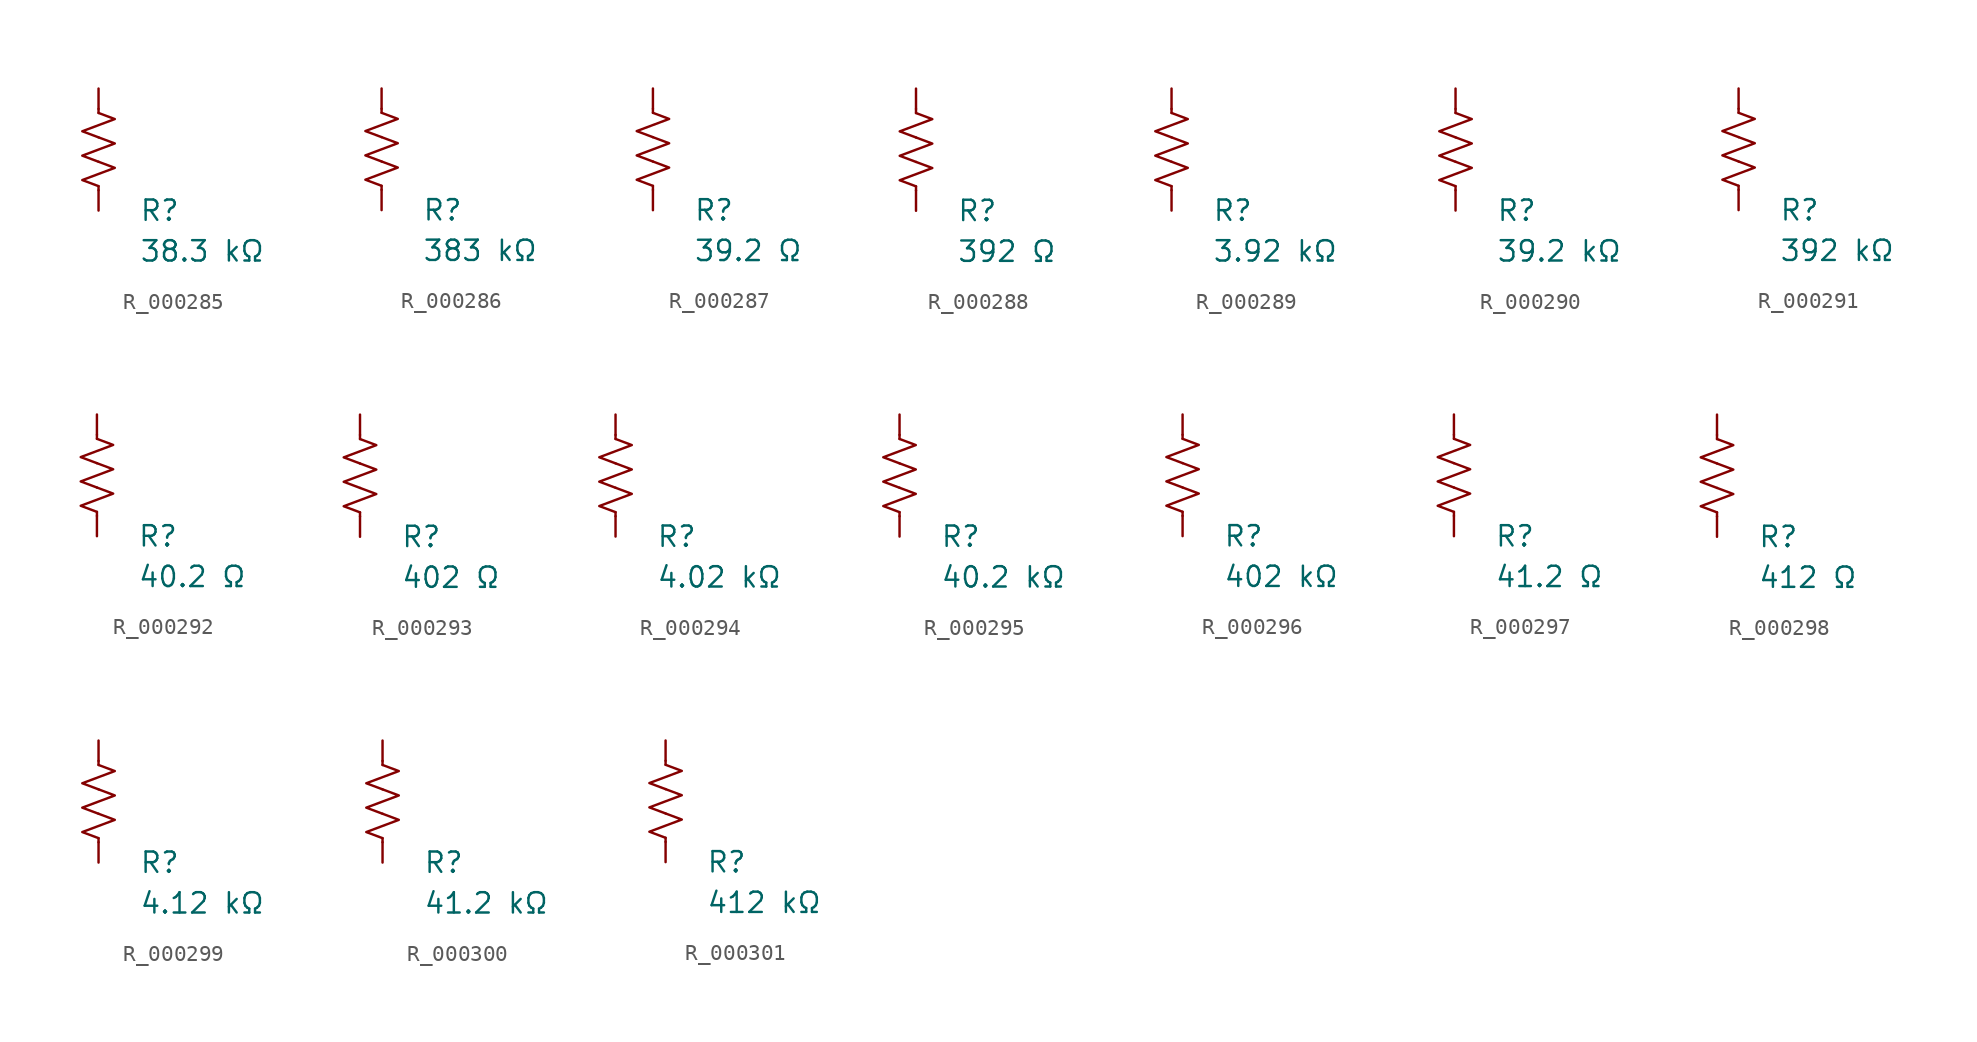
<source format=kicad_sym>
(kicad_symbol_lib
  (version 20231120)
  (generator "kicad_symbol_editor")
  (generator_version "8.0")
  (symbol "R_000285"
    (pin_numbers hide)
    (pin_names
      (offset 0))
    (property "Reference" "R"
      (at 2.54 -3.81 0)
      (effects (font (size 1.27 1.27)) (justify left))
      (show_name no))
    (property "Value" "38.3 kΩ"
      (at 2.54 -6.35 0)
      (effects (font (size 1.27 1.27)) (justify left))
      (show_name no))
    (symbol "R_000285_0_1"
      (polyline (pts (xy 0 -2.286) (xy 0 -2.54)) (stroke (width 0) (type default)) (fill (type none)))
      (polyline (pts (xy 0 2.286) (xy 0 2.54)) (stroke (width 0) (type default)) (fill (type none)))
      (polyline (pts (xy 0 -0.762) (xy 1.016 -1.143) (xy 0 -1.524) (xy -1.016 -1.905) (xy 0 -2.286)) (stroke (width 0) (type default)) (fill (type none)))
      (polyline (pts (xy 0 0.762) (xy 1.016 0.381) (xy 0 0) (xy -1.016 -0.381) (xy 0 -0.762)) (stroke (width 0) (type default)) (fill (type none)))
      (polyline (pts (xy 0 2.286) (xy 1.016 1.905) (xy 0 1.524) (xy -1.016 1.143) (xy 0 0.762)) (stroke (width 0) (type default)) (fill (type none))))
    (symbol "R_000285_1_1"
      (pin passive line (at 0 3.81 270) (length 1.27) (name "~" (effects (font (size 1.27 1.27)))) (number "1" (effects (font (size 1.27 1.27)))))
      (pin passive line (at 0 -3.81 90) (length 1.27) (name "~" (effects (font (size 1.27 1.27)))) (number "2" (effects (font (size 1.27 1.27)))))))
  (symbol "R_000286"
    (pin_numbers hide)
    (pin_names
      (offset 0))
    (property "Reference" "R"
      (at 2.54 -3.81 0)
      (effects (font (size 1.27 1.27)) (justify left))
      (show_name no))
    (property "Value" "383 kΩ"
      (at 2.54 -6.35 0)
      (effects (font (size 1.27 1.27)) (justify left))
      (show_name no))
    (symbol "R_000286_0_1"
      (polyline (pts (xy 0 -2.286) (xy 0 -2.54)) (stroke (width 0) (type default)) (fill (type none)))
      (polyline (pts (xy 0 2.286) (xy 0 2.54)) (stroke (width 0) (type default)) (fill (type none)))
      (polyline (pts (xy 0 -0.762) (xy 1.016 -1.143) (xy 0 -1.524) (xy -1.016 -1.905) (xy 0 -2.286)) (stroke (width 0) (type default)) (fill (type none)))
      (polyline (pts (xy 0 0.762) (xy 1.016 0.381) (xy 0 0) (xy -1.016 -0.381) (xy 0 -0.762)) (stroke (width 0) (type default)) (fill (type none)))
      (polyline (pts (xy 0 2.286) (xy 1.016 1.905) (xy 0 1.524) (xy -1.016 1.143) (xy 0 0.762)) (stroke (width 0) (type default)) (fill (type none))))
    (symbol "R_000286_1_1"
      (pin passive line (at 0 3.81 270) (length 1.27) (name "~" (effects (font (size 1.27 1.27)))) (number "1" (effects (font (size 1.27 1.27)))))
      (pin passive line (at 0 -3.81 90) (length 1.27) (name "~" (effects (font (size 1.27 1.27)))) (number "2" (effects (font (size 1.27 1.27)))))))
  (symbol "R_000287"
    (pin_numbers hide)
    (pin_names
      (offset 0))
    (property "Reference" "R"
      (at 2.54 -3.81 0)
      (effects (font (size 1.27 1.27)) (justify left))
      (show_name no))
    (property "Value" "39.2 Ω"
      (at 2.54 -6.35 0)
      (effects (font (size 1.27 1.27)) (justify left))
      (show_name no))
    (symbol "R_000287_0_1"
      (polyline (pts (xy 0 -2.286) (xy 0 -2.54)) (stroke (width 0) (type default)) (fill (type none)))
      (polyline (pts (xy 0 2.286) (xy 0 2.54)) (stroke (width 0) (type default)) (fill (type none)))
      (polyline (pts (xy 0 -0.762) (xy 1.016 -1.143) (xy 0 -1.524) (xy -1.016 -1.905) (xy 0 -2.286)) (stroke (width 0) (type default)) (fill (type none)))
      (polyline (pts (xy 0 0.762) (xy 1.016 0.381) (xy 0 0) (xy -1.016 -0.381) (xy 0 -0.762)) (stroke (width 0) (type default)) (fill (type none)))
      (polyline (pts (xy 0 2.286) (xy 1.016 1.905) (xy 0 1.524) (xy -1.016 1.143) (xy 0 0.762)) (stroke (width 0) (type default)) (fill (type none))))
    (symbol "R_000287_1_1"
      (pin passive line (at 0 3.81 270) (length 1.27) (name "~" (effects (font (size 1.27 1.27)))) (number "1" (effects (font (size 1.27 1.27)))))
      (pin passive line (at 0 -3.81 90) (length 1.27) (name "~" (effects (font (size 1.27 1.27)))) (number "2" (effects (font (size 1.27 1.27)))))))
  (symbol "R_000288"
    (pin_numbers hide)
    (pin_names
      (offset 0))
    (property "Reference" "R"
      (at 2.54 -3.81 0)
      (effects (font (size 1.27 1.27)) (justify left))
      (show_name no))
    (property "Value" "392 Ω"
      (at 2.54 -6.35 0)
      (effects (font (size 1.27 1.27)) (justify left))
      (show_name no))
    (symbol "R_000288_0_1"
      (polyline (pts (xy 0 -2.286) (xy 0 -2.54)) (stroke (width 0) (type default)) (fill (type none)))
      (polyline (pts (xy 0 2.286) (xy 0 2.54)) (stroke (width 0) (type default)) (fill (type none)))
      (polyline (pts (xy 0 -0.762) (xy 1.016 -1.143) (xy 0 -1.524) (xy -1.016 -1.905) (xy 0 -2.286)) (stroke (width 0) (type default)) (fill (type none)))
      (polyline (pts (xy 0 0.762) (xy 1.016 0.381) (xy 0 0) (xy -1.016 -0.381) (xy 0 -0.762)) (stroke (width 0) (type default)) (fill (type none)))
      (polyline (pts (xy 0 2.286) (xy 1.016 1.905) (xy 0 1.524) (xy -1.016 1.143) (xy 0 0.762)) (stroke (width 0) (type default)) (fill (type none))))
    (symbol "R_000288_1_1"
      (pin passive line (at 0 3.81 270) (length 1.27) (name "~" (effects (font (size 1.27 1.27)))) (number "1" (effects (font (size 1.27 1.27)))))
      (pin passive line (at 0 -3.81 90) (length 1.27) (name "~" (effects (font (size 1.27 1.27)))) (number "2" (effects (font (size 1.27 1.27)))))))
  (symbol "R_000289"
    (pin_numbers hide)
    (pin_names
      (offset 0))
    (property "Reference" "R"
      (at 2.54 -3.81 0)
      (effects (font (size 1.27 1.27)) (justify left))
      (show_name no))
    (property "Value" "3.92 kΩ"
      (at 2.54 -6.35 0)
      (effects (font (size 1.27 1.27)) (justify left))
      (show_name no))
    (symbol "R_000289_0_1"
      (polyline (pts (xy 0 -2.286) (xy 0 -2.54)) (stroke (width 0) (type default)) (fill (type none)))
      (polyline (pts (xy 0 2.286) (xy 0 2.54)) (stroke (width 0) (type default)) (fill (type none)))
      (polyline (pts (xy 0 -0.762) (xy 1.016 -1.143) (xy 0 -1.524) (xy -1.016 -1.905) (xy 0 -2.286)) (stroke (width 0) (type default)) (fill (type none)))
      (polyline (pts (xy 0 0.762) (xy 1.016 0.381) (xy 0 0) (xy -1.016 -0.381) (xy 0 -0.762)) (stroke (width 0) (type default)) (fill (type none)))
      (polyline (pts (xy 0 2.286) (xy 1.016 1.905) (xy 0 1.524) (xy -1.016 1.143) (xy 0 0.762)) (stroke (width 0) (type default)) (fill (type none))))
    (symbol "R_000289_1_1"
      (pin passive line (at 0 3.81 270) (length 1.27) (name "~" (effects (font (size 1.27 1.27)))) (number "1" (effects (font (size 1.27 1.27)))))
      (pin passive line (at 0 -3.81 90) (length 1.27) (name "~" (effects (font (size 1.27 1.27)))) (number "2" (effects (font (size 1.27 1.27)))))))
  (symbol "R_000290"
    (pin_numbers hide)
    (pin_names
      (offset 0))
    (property "Reference" "R"
      (at 2.54 -3.81 0)
      (effects (font (size 1.27 1.27)) (justify left))
      (show_name no))
    (property "Value" "39.2 kΩ"
      (at 2.54 -6.35 0)
      (effects (font (size 1.27 1.27)) (justify left))
      (show_name no))
    (symbol "R_000290_0_1"
      (polyline (pts (xy 0 -2.286) (xy 0 -2.54)) (stroke (width 0) (type default)) (fill (type none)))
      (polyline (pts (xy 0 2.286) (xy 0 2.54)) (stroke (width 0) (type default)) (fill (type none)))
      (polyline (pts (xy 0 -0.762) (xy 1.016 -1.143) (xy 0 -1.524) (xy -1.016 -1.905) (xy 0 -2.286)) (stroke (width 0) (type default)) (fill (type none)))
      (polyline (pts (xy 0 0.762) (xy 1.016 0.381) (xy 0 0) (xy -1.016 -0.381) (xy 0 -0.762)) (stroke (width 0) (type default)) (fill (type none)))
      (polyline (pts (xy 0 2.286) (xy 1.016 1.905) (xy 0 1.524) (xy -1.016 1.143) (xy 0 0.762)) (stroke (width 0) (type default)) (fill (type none))))
    (symbol "R_000290_1_1"
      (pin passive line (at 0 3.81 270) (length 1.27) (name "~" (effects (font (size 1.27 1.27)))) (number "1" (effects (font (size 1.27 1.27)))))
      (pin passive line (at 0 -3.81 90) (length 1.27) (name "~" (effects (font (size 1.27 1.27)))) (number "2" (effects (font (size 1.27 1.27)))))))
  (symbol "R_000291"
    (pin_numbers hide)
    (pin_names
      (offset 0))
    (property "Reference" "R"
      (at 2.54 -3.81 0)
      (effects (font (size 1.27 1.27)) (justify left))
      (show_name no))
    (property "Value" "392 kΩ"
      (at 2.54 -6.35 0)
      (effects (font (size 1.27 1.27)) (justify left))
      (show_name no))
    (symbol "R_000291_0_1"
      (polyline (pts (xy 0 -2.286) (xy 0 -2.54)) (stroke (width 0) (type default)) (fill (type none)))
      (polyline (pts (xy 0 2.286) (xy 0 2.54)) (stroke (width 0) (type default)) (fill (type none)))
      (polyline (pts (xy 0 -0.762) (xy 1.016 -1.143) (xy 0 -1.524) (xy -1.016 -1.905) (xy 0 -2.286)) (stroke (width 0) (type default)) (fill (type none)))
      (polyline (pts (xy 0 0.762) (xy 1.016 0.381) (xy 0 0) (xy -1.016 -0.381) (xy 0 -0.762)) (stroke (width 0) (type default)) (fill (type none)))
      (polyline (pts (xy 0 2.286) (xy 1.016 1.905) (xy 0 1.524) (xy -1.016 1.143) (xy 0 0.762)) (stroke (width 0) (type default)) (fill (type none))))
    (symbol "R_000291_1_1"
      (pin passive line (at 0 3.81 270) (length 1.27) (name "~" (effects (font (size 1.27 1.27)))) (number "1" (effects (font (size 1.27 1.27)))))
      (pin passive line (at 0 -3.81 90) (length 1.27) (name "~" (effects (font (size 1.27 1.27)))) (number "2" (effects (font (size 1.27 1.27)))))))
  (symbol "R_000292"
    (pin_numbers hide)
    (pin_names
      (offset 0))
    (property "Reference" "R"
      (at 2.54 -3.81 0)
      (effects (font (size 1.27 1.27)) (justify left))
      (show_name no))
    (property "Value" "40.2 Ω"
      (at 2.54 -6.35 0)
      (effects (font (size 1.27 1.27)) (justify left))
      (show_name no))
    (symbol "R_000292_0_1"
      (polyline (pts (xy 0 -2.286) (xy 0 -2.54)) (stroke (width 0) (type default)) (fill (type none)))
      (polyline (pts (xy 0 2.286) (xy 0 2.54)) (stroke (width 0) (type default)) (fill (type none)))
      (polyline (pts (xy 0 -0.762) (xy 1.016 -1.143) (xy 0 -1.524) (xy -1.016 -1.905) (xy 0 -2.286)) (stroke (width 0) (type default)) (fill (type none)))
      (polyline (pts (xy 0 0.762) (xy 1.016 0.381) (xy 0 0) (xy -1.016 -0.381) (xy 0 -0.762)) (stroke (width 0) (type default)) (fill (type none)))
      (polyline (pts (xy 0 2.286) (xy 1.016 1.905) (xy 0 1.524) (xy -1.016 1.143) (xy 0 0.762)) (stroke (width 0) (type default)) (fill (type none))))
    (symbol "R_000292_1_1"
      (pin passive line (at 0 3.81 270) (length 1.27) (name "~" (effects (font (size 1.27 1.27)))) (number "1" (effects (font (size 1.27 1.27)))))
      (pin passive line (at 0 -3.81 90) (length 1.27) (name "~" (effects (font (size 1.27 1.27)))) (number "2" (effects (font (size 1.27 1.27)))))))
  (symbol "R_000293"
    (pin_numbers hide)
    (pin_names
      (offset 0))
    (property "Reference" "R"
      (at 2.54 -3.81 0)
      (effects (font (size 1.27 1.27)) (justify left))
      (show_name no))
    (property "Value" "402 Ω"
      (at 2.54 -6.35 0)
      (effects (font (size 1.27 1.27)) (justify left))
      (show_name no))
    (symbol "R_000293_0_1"
      (polyline (pts (xy 0 -2.286) (xy 0 -2.54)) (stroke (width 0) (type default)) (fill (type none)))
      (polyline (pts (xy 0 2.286) (xy 0 2.54)) (stroke (width 0) (type default)) (fill (type none)))
      (polyline (pts (xy 0 -0.762) (xy 1.016 -1.143) (xy 0 -1.524) (xy -1.016 -1.905) (xy 0 -2.286)) (stroke (width 0) (type default)) (fill (type none)))
      (polyline (pts (xy 0 0.762) (xy 1.016 0.381) (xy 0 0) (xy -1.016 -0.381) (xy 0 -0.762)) (stroke (width 0) (type default)) (fill (type none)))
      (polyline (pts (xy 0 2.286) (xy 1.016 1.905) (xy 0 1.524) (xy -1.016 1.143) (xy 0 0.762)) (stroke (width 0) (type default)) (fill (type none))))
    (symbol "R_000293_1_1"
      (pin passive line (at 0 3.81 270) (length 1.27) (name "~" (effects (font (size 1.27 1.27)))) (number "1" (effects (font (size 1.27 1.27)))))
      (pin passive line (at 0 -3.81 90) (length 1.27) (name "~" (effects (font (size 1.27 1.27)))) (number "2" (effects (font (size 1.27 1.27)))))))
  (symbol "R_000294"
    (pin_numbers hide)
    (pin_names
      (offset 0))
    (property "Reference" "R"
      (at 2.54 -3.81 0)
      (effects (font (size 1.27 1.27)) (justify left))
      (show_name no))
    (property "Value" "4.02 kΩ"
      (at 2.54 -6.35 0)
      (effects (font (size 1.27 1.27)) (justify left))
      (show_name no))
    (symbol "R_000294_0_1"
      (polyline (pts (xy 0 -2.286) (xy 0 -2.54)) (stroke (width 0) (type default)) (fill (type none)))
      (polyline (pts (xy 0 2.286) (xy 0 2.54)) (stroke (width 0) (type default)) (fill (type none)))
      (polyline (pts (xy 0 -0.762) (xy 1.016 -1.143) (xy 0 -1.524) (xy -1.016 -1.905) (xy 0 -2.286)) (stroke (width 0) (type default)) (fill (type none)))
      (polyline (pts (xy 0 0.762) (xy 1.016 0.381) (xy 0 0) (xy -1.016 -0.381) (xy 0 -0.762)) (stroke (width 0) (type default)) (fill (type none)))
      (polyline (pts (xy 0 2.286) (xy 1.016 1.905) (xy 0 1.524) (xy -1.016 1.143) (xy 0 0.762)) (stroke (width 0) (type default)) (fill (type none))))
    (symbol "R_000294_1_1"
      (pin passive line (at 0 3.81 270) (length 1.27) (name "~" (effects (font (size 1.27 1.27)))) (number "1" (effects (font (size 1.27 1.27)))))
      (pin passive line (at 0 -3.81 90) (length 1.27) (name "~" (effects (font (size 1.27 1.27)))) (number "2" (effects (font (size 1.27 1.27)))))))
  (symbol "R_000295"
    (pin_numbers hide)
    (pin_names
      (offset 0))
    (property "Reference" "R"
      (at 2.54 -3.81 0)
      (effects (font (size 1.27 1.27)) (justify left))
      (show_name no))
    (property "Value" "40.2 kΩ"
      (at 2.54 -6.35 0)
      (effects (font (size 1.27 1.27)) (justify left))
      (show_name no))
    (symbol "R_000295_0_1"
      (polyline (pts (xy 0 -2.286) (xy 0 -2.54)) (stroke (width 0) (type default)) (fill (type none)))
      (polyline (pts (xy 0 2.286) (xy 0 2.54)) (stroke (width 0) (type default)) (fill (type none)))
      (polyline (pts (xy 0 -0.762) (xy 1.016 -1.143) (xy 0 -1.524) (xy -1.016 -1.905) (xy 0 -2.286)) (stroke (width 0) (type default)) (fill (type none)))
      (polyline (pts (xy 0 0.762) (xy 1.016 0.381) (xy 0 0) (xy -1.016 -0.381) (xy 0 -0.762)) (stroke (width 0) (type default)) (fill (type none)))
      (polyline (pts (xy 0 2.286) (xy 1.016 1.905) (xy 0 1.524) (xy -1.016 1.143) (xy 0 0.762)) (stroke (width 0) (type default)) (fill (type none))))
    (symbol "R_000295_1_1"
      (pin passive line (at 0 3.81 270) (length 1.27) (name "~" (effects (font (size 1.27 1.27)))) (number "1" (effects (font (size 1.27 1.27)))))
      (pin passive line (at 0 -3.81 90) (length 1.27) (name "~" (effects (font (size 1.27 1.27)))) (number "2" (effects (font (size 1.27 1.27)))))))
  (symbol "R_000296"
    (pin_numbers hide)
    (pin_names
      (offset 0))
    (property "Reference" "R"
      (at 2.54 -3.81 0)
      (effects (font (size 1.27 1.27)) (justify left))
      (show_name no))
    (property "Value" "402 kΩ"
      (at 2.54 -6.35 0)
      (effects (font (size 1.27 1.27)) (justify left))
      (show_name no))
    (symbol "R_000296_0_1"
      (polyline (pts (xy 0 -2.286) (xy 0 -2.54)) (stroke (width 0) (type default)) (fill (type none)))
      (polyline (pts (xy 0 2.286) (xy 0 2.54)) (stroke (width 0) (type default)) (fill (type none)))
      (polyline (pts (xy 0 -0.762) (xy 1.016 -1.143) (xy 0 -1.524) (xy -1.016 -1.905) (xy 0 -2.286)) (stroke (width 0) (type default)) (fill (type none)))
      (polyline (pts (xy 0 0.762) (xy 1.016 0.381) (xy 0 0) (xy -1.016 -0.381) (xy 0 -0.762)) (stroke (width 0) (type default)) (fill (type none)))
      (polyline (pts (xy 0 2.286) (xy 1.016 1.905) (xy 0 1.524) (xy -1.016 1.143) (xy 0 0.762)) (stroke (width 0) (type default)) (fill (type none))))
    (symbol "R_000296_1_1"
      (pin passive line (at 0 3.81 270) (length 1.27) (name "~" (effects (font (size 1.27 1.27)))) (number "1" (effects (font (size 1.27 1.27)))))
      (pin passive line (at 0 -3.81 90) (length 1.27) (name "~" (effects (font (size 1.27 1.27)))) (number "2" (effects (font (size 1.27 1.27)))))))
  (symbol "R_000297"
    (pin_numbers hide)
    (pin_names
      (offset 0))
    (property "Reference" "R"
      (at 2.54 -3.81 0)
      (effects (font (size 1.27 1.27)) (justify left))
      (show_name no))
    (property "Value" "41.2 Ω"
      (at 2.54 -6.35 0)
      (effects (font (size 1.27 1.27)) (justify left))
      (show_name no))
    (symbol "R_000297_0_1"
      (polyline (pts (xy 0 -2.286) (xy 0 -2.54)) (stroke (width 0) (type default)) (fill (type none)))
      (polyline (pts (xy 0 2.286) (xy 0 2.54)) (stroke (width 0) (type default)) (fill (type none)))
      (polyline (pts (xy 0 -0.762) (xy 1.016 -1.143) (xy 0 -1.524) (xy -1.016 -1.905) (xy 0 -2.286)) (stroke (width 0) (type default)) (fill (type none)))
      (polyline (pts (xy 0 0.762) (xy 1.016 0.381) (xy 0 0) (xy -1.016 -0.381) (xy 0 -0.762)) (stroke (width 0) (type default)) (fill (type none)))
      (polyline (pts (xy 0 2.286) (xy 1.016 1.905) (xy 0 1.524) (xy -1.016 1.143) (xy 0 0.762)) (stroke (width 0) (type default)) (fill (type none))))
    (symbol "R_000297_1_1"
      (pin passive line (at 0 3.81 270) (length 1.27) (name "~" (effects (font (size 1.27 1.27)))) (number "1" (effects (font (size 1.27 1.27)))))
      (pin passive line (at 0 -3.81 90) (length 1.27) (name "~" (effects (font (size 1.27 1.27)))) (number "2" (effects (font (size 1.27 1.27)))))))
  (symbol "R_000298"
    (pin_numbers hide)
    (pin_names
      (offset 0))
    (property "Reference" "R"
      (at 2.54 -3.81 0)
      (effects (font (size 1.27 1.27)) (justify left))
      (show_name no))
    (property "Value" "412 Ω"
      (at 2.54 -6.35 0)
      (effects (font (size 1.27 1.27)) (justify left))
      (show_name no))
    (symbol "R_000298_0_1"
      (polyline (pts (xy 0 -2.286) (xy 0 -2.54)) (stroke (width 0) (type default)) (fill (type none)))
      (polyline (pts (xy 0 2.286) (xy 0 2.54)) (stroke (width 0) (type default)) (fill (type none)))
      (polyline (pts (xy 0 -0.762) (xy 1.016 -1.143) (xy 0 -1.524) (xy -1.016 -1.905) (xy 0 -2.286)) (stroke (width 0) (type default)) (fill (type none)))
      (polyline (pts (xy 0 0.762) (xy 1.016 0.381) (xy 0 0) (xy -1.016 -0.381) (xy 0 -0.762)) (stroke (width 0) (type default)) (fill (type none)))
      (polyline (pts (xy 0 2.286) (xy 1.016 1.905) (xy 0 1.524) (xy -1.016 1.143) (xy 0 0.762)) (stroke (width 0) (type default)) (fill (type none))))
    (symbol "R_000298_1_1"
      (pin passive line (at 0 3.81 270) (length 1.27) (name "~" (effects (font (size 1.27 1.27)))) (number "1" (effects (font (size 1.27 1.27)))))
      (pin passive line (at 0 -3.81 90) (length 1.27) (name "~" (effects (font (size 1.27 1.27)))) (number "2" (effects (font (size 1.27 1.27)))))))
  (symbol "R_000299"
    (pin_numbers hide)
    (pin_names
      (offset 0))
    (property "Reference" "R"
      (at 2.54 -3.81 0)
      (effects (font (size 1.27 1.27)) (justify left))
      (show_name no))
    (property "Value" "4.12 kΩ"
      (at 2.54 -6.35 0)
      (effects (font (size 1.27 1.27)) (justify left))
      (show_name no))
    (symbol "R_000299_0_1"
      (polyline (pts (xy 0 -2.286) (xy 0 -2.54)) (stroke (width 0) (type default)) (fill (type none)))
      (polyline (pts (xy 0 2.286) (xy 0 2.54)) (stroke (width 0) (type default)) (fill (type none)))
      (polyline (pts (xy 0 -0.762) (xy 1.016 -1.143) (xy 0 -1.524) (xy -1.016 -1.905) (xy 0 -2.286)) (stroke (width 0) (type default)) (fill (type none)))
      (polyline (pts (xy 0 0.762) (xy 1.016 0.381) (xy 0 0) (xy -1.016 -0.381) (xy 0 -0.762)) (stroke (width 0) (type default)) (fill (type none)))
      (polyline (pts (xy 0 2.286) (xy 1.016 1.905) (xy 0 1.524) (xy -1.016 1.143) (xy 0 0.762)) (stroke (width 0) (type default)) (fill (type none))))
    (symbol "R_000299_1_1"
      (pin passive line (at 0 3.81 270) (length 1.27) (name "~" (effects (font (size 1.27 1.27)))) (number "1" (effects (font (size 1.27 1.27)))))
      (pin passive line (at 0 -3.81 90) (length 1.27) (name "~" (effects (font (size 1.27 1.27)))) (number "2" (effects (font (size 1.27 1.27)))))))
  (symbol "R_000300"
    (pin_numbers hide)
    (pin_names
      (offset 0))
    (property "Reference" "R"
      (at 2.54 -3.81 0)
      (effects (font (size 1.27 1.27)) (justify left))
      (show_name no))
    (property "Value" "41.2 kΩ"
      (at 2.54 -6.35 0)
      (effects (font (size 1.27 1.27)) (justify left))
      (show_name no))
    (symbol "R_000300_0_1"
      (polyline (pts (xy 0 -2.286) (xy 0 -2.54)) (stroke (width 0) (type default)) (fill (type none)))
      (polyline (pts (xy 0 2.286) (xy 0 2.54)) (stroke (width 0) (type default)) (fill (type none)))
      (polyline (pts (xy 0 -0.762) (xy 1.016 -1.143) (xy 0 -1.524) (xy -1.016 -1.905) (xy 0 -2.286)) (stroke (width 0) (type default)) (fill (type none)))
      (polyline (pts (xy 0 0.762) (xy 1.016 0.381) (xy 0 0) (xy -1.016 -0.381) (xy 0 -0.762)) (stroke (width 0) (type default)) (fill (type none)))
      (polyline (pts (xy 0 2.286) (xy 1.016 1.905) (xy 0 1.524) (xy -1.016 1.143) (xy 0 0.762)) (stroke (width 0) (type default)) (fill (type none))))
    (symbol "R_000300_1_1"
      (pin passive line (at 0 3.81 270) (length 1.27) (name "~" (effects (font (size 1.27 1.27)))) (number "1" (effects (font (size 1.27 1.27)))))
      (pin passive line (at 0 -3.81 90) (length 1.27) (name "~" (effects (font (size 1.27 1.27)))) (number "2" (effects (font (size 1.27 1.27)))))))
  (symbol "R_000301"
    (pin_numbers hide)
    (pin_names
      (offset 0))
    (property "Reference" "R"
      (at 2.54 -3.81 0)
      (effects (font (size 1.27 1.27)) (justify left))
      (show_name no))
    (property "Value" "412 kΩ"
      (at 2.54 -6.35 0)
      (effects (font (size 1.27 1.27)) (justify left))
      (show_name no))
    (symbol "R_000301_0_1"
      (polyline (pts (xy 0 -2.286) (xy 0 -2.54)) (stroke (width 0) (type default)) (fill (type none)))
      (polyline (pts (xy 0 2.286) (xy 0 2.54)) (stroke (width 0) (type default)) (fill (type none)))
      (polyline (pts (xy 0 -0.762) (xy 1.016 -1.143) (xy 0 -1.524) (xy -1.016 -1.905) (xy 0 -2.286)) (stroke (width 0) (type default)) (fill (type none)))
      (polyline (pts (xy 0 0.762) (xy 1.016 0.381) (xy 0 0) (xy -1.016 -0.381) (xy 0 -0.762)) (stroke (width 0) (type default)) (fill (type none)))
      (polyline (pts (xy 0 2.286) (xy 1.016 1.905) (xy 0 1.524) (xy -1.016 1.143) (xy 0 0.762)) (stroke (width 0) (type default)) (fill (type none))))
    (symbol "R_000301_1_1"
      (pin passive line (at 0 3.81 270) (length 1.27) (name "~" (effects (font (size 1.27 1.27)))) (number "1" (effects (font (size 1.27 1.27)))))
      (pin passive line (at 0 -3.81 90) (length 1.27) (name "~" (effects (font (size 1.27 1.27)))) (number "2" (effects (font (size 1.27 1.27))))))))
</source>
